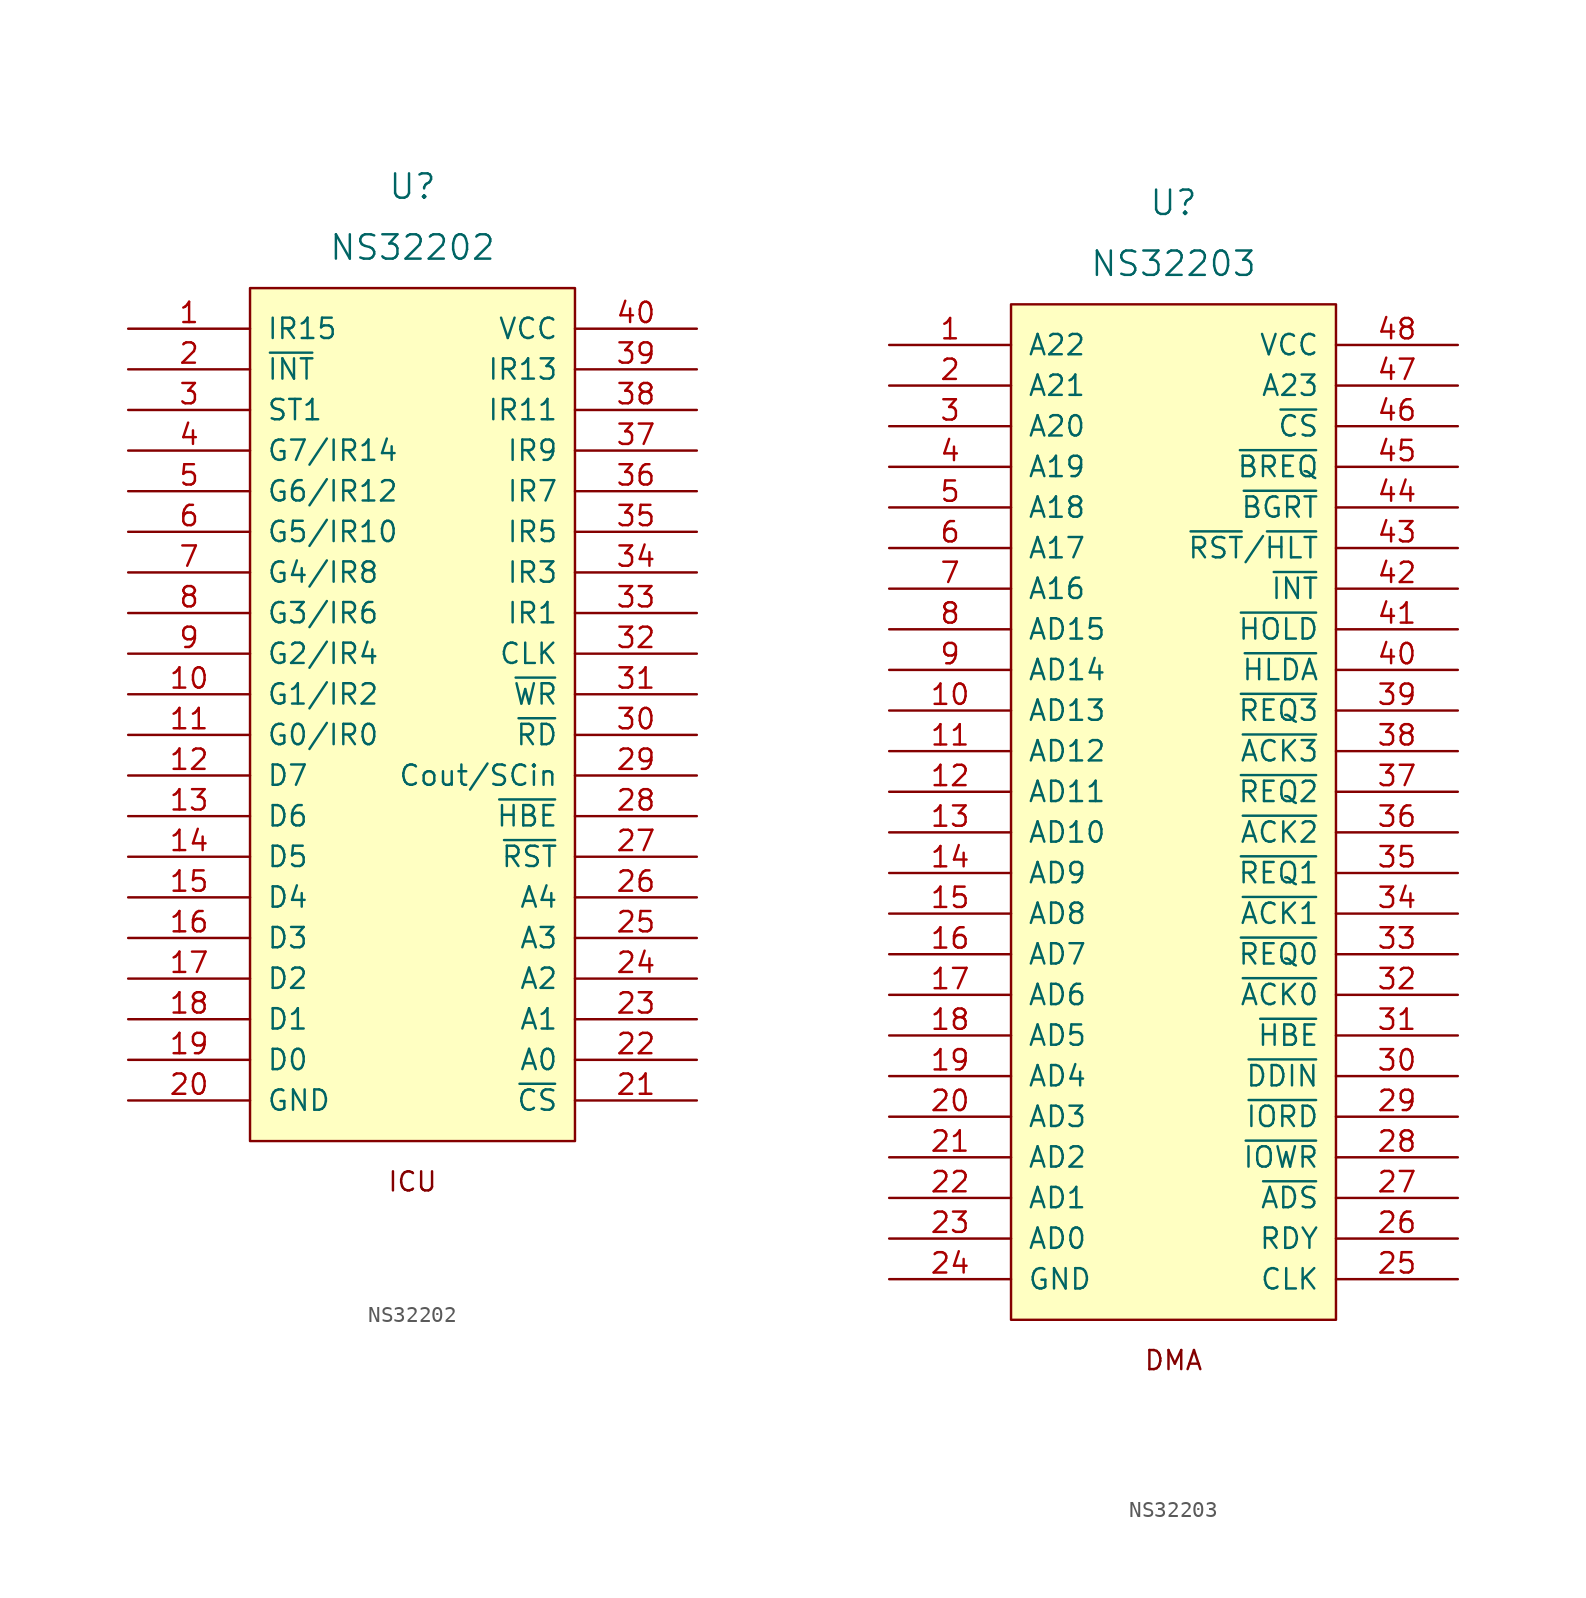
<source format=kicad_sym>
(kicad_symbol_lib
  (version 20211014)
  (generator kicad_symbol_editor)
  (symbol "NS32202"
    (pin_names
      (offset 1.016))
    (property "Reference" "U"
      (at 0 38.1 0)
      (effects (font (size 1.524 1.524))))
    (property "Value" "NS32202"
      (at 0 34.29 0)
      (effects (font (size 1.524 1.524))))
    (property "Footprint" ""
      (at 0 -16.51 0)
      (effects (font (size 1.524 1.524))))
    (property "Datasheet" ""
      (at 0 -16.51 0)
      (effects (font (size 1.524 1.524))))
    (symbol "NS32202_0_0"
      (text "ICU" (at 0 -24.13 0) (effects (font (size 1.194 1.194)))))
    (symbol "NS32202_0_1"
      (rectangle (start -10.16 31.75) (end 10.16 -21.59) (stroke (width 0) (type default) (color 0 0 0 0)) (fill (type background))))
    (symbol "NS32202_1_1"
      (pin input line (at -17.78 29.21 0) (length 7.62) (name "IR15" (effects (font (size 1.27 1.27)))) (number "1" (effects (font (size 1.27 1.27)))))
      (pin bidirectional line (at -17.78 6.35 0) (length 7.62) (name "G1/IR2" (effects (font (size 1.27 1.27)))) (number "10" (effects (font (size 1.27 1.27)))))
      (pin bidirectional line (at -17.78 3.81 0) (length 7.62) (name "G0/IR0" (effects (font (size 1.27 1.27)))) (number "11" (effects (font (size 1.27 1.27)))))
      (pin bidirectional line (at -17.78 1.27 0) (length 7.62) (name "D7" (effects (font (size 1.27 1.27)))) (number "12" (effects (font (size 1.27 1.27)))))
      (pin bidirectional line (at -17.78 -1.27 0) (length 7.62) (name "D6" (effects (font (size 1.27 1.27)))) (number "13" (effects (font (size 1.27 1.27)))))
      (pin bidirectional line (at -17.78 -3.81 0) (length 7.62) (name "D5" (effects (font (size 1.27 1.27)))) (number "14" (effects (font (size 1.27 1.27)))))
      (pin bidirectional line (at -17.78 -6.35 0) (length 7.62) (name "D4" (effects (font (size 1.27 1.27)))) (number "15" (effects (font (size 1.27 1.27)))))
      (pin bidirectional line (at -17.78 -8.89 0) (length 7.62) (name "D3" (effects (font (size 1.27 1.27)))) (number "16" (effects (font (size 1.27 1.27)))))
      (pin bidirectional line (at -17.78 -11.43 0) (length 7.62) (name "D2" (effects (font (size 1.27 1.27)))) (number "17" (effects (font (size 1.27 1.27)))))
      (pin bidirectional line (at -17.78 -13.97 0) (length 7.62) (name "D1" (effects (font (size 1.27 1.27)))) (number "18" (effects (font (size 1.27 1.27)))))
      (pin bidirectional line (at -17.78 -16.51 0) (length 7.62) (name "D0" (effects (font (size 1.27 1.27)))) (number "19" (effects (font (size 1.27 1.27)))))
      (pin output line (at -17.78 26.67 0) (length 7.62) (name "~{INT}" (effects (font (size 1.27 1.27)))) (number "2" (effects (font (size 1.27 1.27)))))
      (pin power_in line (at -17.78 -19.05 0) (length 7.62) (name "GND" (effects (font (size 1.27 1.27)))) (number "20" (effects (font (size 1.27 1.27)))))
      (pin input line (at 17.78 -19.05 180) (length 7.62) (name "~{CS}" (effects (font (size 1.27 1.27)))) (number "21" (effects (font (size 1.27 1.27)))))
      (pin input line (at 17.78 -16.51 180) (length 7.62) (name "A0" (effects (font (size 1.27 1.27)))) (number "22" (effects (font (size 1.27 1.27)))))
      (pin input line (at 17.78 -13.97 180) (length 7.62) (name "A1" (effects (font (size 1.27 1.27)))) (number "23" (effects (font (size 1.27 1.27)))))
      (pin input line (at 17.78 -11.43 180) (length 7.62) (name "A2" (effects (font (size 1.27 1.27)))) (number "24" (effects (font (size 1.27 1.27)))))
      (pin input line (at 17.78 -8.89 180) (length 7.62) (name "A3" (effects (font (size 1.27 1.27)))) (number "25" (effects (font (size 1.27 1.27)))))
      (pin input line (at 17.78 -6.35 180) (length 7.62) (name "A4" (effects (font (size 1.27 1.27)))) (number "26" (effects (font (size 1.27 1.27)))))
      (pin input line (at 17.78 -3.81 180) (length 7.62) (name "~{RST}" (effects (font (size 1.27 1.27)))) (number "27" (effects (font (size 1.27 1.27)))))
      (pin input line (at 17.78 -1.27 180) (length 7.62) (name "~{HBE}" (effects (font (size 1.27 1.27)))) (number "28" (effects (font (size 1.27 1.27)))))
      (pin bidirectional line (at 17.78 1.27 180) (length 7.62) (name "Cout/SCin" (effects (font (size 1.27 1.27)))) (number "29" (effects (font (size 1.27 1.27)))))
      (pin input line (at -17.78 24.13 0) (length 7.62) (name "ST1" (effects (font (size 1.27 1.27)))) (number "3" (effects (font (size 1.27 1.27)))))
      (pin input line (at 17.78 3.81 180) (length 7.62) (name "~{RD}" (effects (font (size 1.27 1.27)))) (number "30" (effects (font (size 1.27 1.27)))))
      (pin input line (at 17.78 6.35 180) (length 7.62) (name "~{WR}" (effects (font (size 1.27 1.27)))) (number "31" (effects (font (size 1.27 1.27)))))
      (pin input line (at 17.78 8.89 180) (length 7.62) (name "CLK" (effects (font (size 1.27 1.27)))) (number "32" (effects (font (size 1.27 1.27)))))
      (pin input line (at 17.78 11.43 180) (length 7.62) (name "IR1" (effects (font (size 1.27 1.27)))) (number "33" (effects (font (size 1.27 1.27)))))
      (pin input line (at 17.78 13.97 180) (length 7.62) (name "IR3" (effects (font (size 1.27 1.27)))) (number "34" (effects (font (size 1.27 1.27)))))
      (pin input line (at 17.78 16.51 180) (length 7.62) (name "IR5" (effects (font (size 1.27 1.27)))) (number "35" (effects (font (size 1.27 1.27)))))
      (pin input line (at 17.78 19.05 180) (length 7.62) (name "IR7" (effects (font (size 1.27 1.27)))) (number "36" (effects (font (size 1.27 1.27)))))
      (pin input line (at 17.78 21.59 180) (length 7.62) (name "IR9" (effects (font (size 1.27 1.27)))) (number "37" (effects (font (size 1.27 1.27)))))
      (pin bidirectional line (at 17.78 24.13 180) (length 7.62) (name "IR11" (effects (font (size 1.27 1.27)))) (number "38" (effects (font (size 1.27 1.27)))))
      (pin input line (at 17.78 26.67 180) (length 7.62) (name "IR13" (effects (font (size 1.27 1.27)))) (number "39" (effects (font (size 1.27 1.27)))))
      (pin bidirectional line (at -17.78 21.59 0) (length 7.62) (name "G7/IR14" (effects (font (size 1.27 1.27)))) (number "4" (effects (font (size 1.27 1.27)))))
      (pin power_in line (at 17.78 29.21 180) (length 7.62) (name "VCC" (effects (font (size 1.27 1.27)))) (number "40" (effects (font (size 1.27 1.27)))))
      (pin bidirectional line (at -17.78 19.05 0) (length 7.62) (name "G6/IR12" (effects (font (size 1.27 1.27)))) (number "5" (effects (font (size 1.27 1.27)))))
      (pin bidirectional line (at -17.78 16.51 0) (length 7.62) (name "G5/IR10" (effects (font (size 1.27 1.27)))) (number "6" (effects (font (size 1.27 1.27)))))
      (pin bidirectional line (at -17.78 13.97 0) (length 7.62) (name "G4/IR8" (effects (font (size 1.27 1.27)))) (number "7" (effects (font (size 1.27 1.27)))))
      (pin bidirectional line (at -17.78 11.43 0) (length 7.62) (name "G3/IR6" (effects (font (size 1.27 1.27)))) (number "8" (effects (font (size 1.27 1.27)))))
      (pin bidirectional line (at -17.78 8.89 0) (length 7.62) (name "G2/IR4" (effects (font (size 1.27 1.27)))) (number "9" (effects (font (size 1.27 1.27)))))))
  (symbol "NS32203"
    (pin_names
      (offset 1.016))
    (property "Reference" "U"
      (at 0 38.1 0)
      (effects (font (size 1.524 1.524))))
    (property "Value" "NS32203"
      (at 0 34.29 0)
      (effects (font (size 1.524 1.524))))
    (property "Footprint" ""
      (at 0 -16.51 0)
      (effects (font (size 1.524 1.524))))
    (property "Datasheet" ""
      (at 0 -16.51 0)
      (effects (font (size 1.524 1.524))))
    (symbol "NS32203_0_0"
      (text "DMA" (at 0 -34.29 0) (effects (font (size 1.194 1.194)))))
    (symbol "NS32203_0_1"
      (rectangle (start -10.16 31.75) (end 10.16 -31.75) (stroke (width 0) (type default) (color 0 0 0 0)) (fill (type background))))
    (symbol "NS32203_1_1"
      (pin output line (at -17.78 29.21 0) (length 7.62) (name "A22" (effects (font (size 1.27 1.27)))) (number "1" (effects (font (size 1.27 1.27)))))
      (pin bidirectional line (at -17.78 6.35 0) (length 7.62) (name "AD13" (effects (font (size 1.27 1.27)))) (number "10" (effects (font (size 1.27 1.27)))))
      (pin bidirectional line (at -17.78 3.81 0) (length 7.62) (name "AD12" (effects (font (size 1.27 1.27)))) (number "11" (effects (font (size 1.27 1.27)))))
      (pin bidirectional line (at -17.78 1.27 0) (length 7.62) (name "AD11" (effects (font (size 1.27 1.27)))) (number "12" (effects (font (size 1.27 1.27)))))
      (pin bidirectional line (at -17.78 -1.27 0) (length 7.62) (name "AD10" (effects (font (size 1.27 1.27)))) (number "13" (effects (font (size 1.27 1.27)))))
      (pin bidirectional line (at -17.78 -3.81 0) (length 7.62) (name "AD9" (effects (font (size 1.27 1.27)))) (number "14" (effects (font (size 1.27 1.27)))))
      (pin bidirectional line (at -17.78 -6.35 0) (length 7.62) (name "AD8" (effects (font (size 1.27 1.27)))) (number "15" (effects (font (size 1.27 1.27)))))
      (pin bidirectional line (at -17.78 -8.89 0) (length 7.62) (name "AD7" (effects (font (size 1.27 1.27)))) (number "16" (effects (font (size 1.27 1.27)))))
      (pin bidirectional line (at -17.78 -11.43 0) (length 7.62) (name "AD6" (effects (font (size 1.27 1.27)))) (number "17" (effects (font (size 1.27 1.27)))))
      (pin bidirectional line (at -17.78 -13.97 0) (length 7.62) (name "AD5" (effects (font (size 1.27 1.27)))) (number "18" (effects (font (size 1.27 1.27)))))
      (pin bidirectional line (at -17.78 -16.51 0) (length 7.62) (name "AD4" (effects (font (size 1.27 1.27)))) (number "19" (effects (font (size 1.27 1.27)))))
      (pin output line (at -17.78 26.67 0) (length 7.62) (name "A21" (effects (font (size 1.27 1.27)))) (number "2" (effects (font (size 1.27 1.27)))))
      (pin bidirectional line (at -17.78 -19.05 0) (length 7.62) (name "AD3" (effects (font (size 1.27 1.27)))) (number "20" (effects (font (size 1.27 1.27)))))
      (pin bidirectional line (at -17.78 -21.59 0) (length 7.62) (name "AD2" (effects (font (size 1.27 1.27)))) (number "21" (effects (font (size 1.27 1.27)))))
      (pin bidirectional line (at -17.78 -24.13 0) (length 7.62) (name "AD1" (effects (font (size 1.27 1.27)))) (number "22" (effects (font (size 1.27 1.27)))))
      (pin bidirectional line (at -17.78 -26.67 0) (length 7.62) (name "AD0" (effects (font (size 1.27 1.27)))) (number "23" (effects (font (size 1.27 1.27)))))
      (pin power_in line (at -17.78 -29.21 0) (length 7.62) (name "GND" (effects (font (size 1.27 1.27)))) (number "24" (effects (font (size 1.27 1.27)))))
      (pin input line (at 17.78 -29.21 180) (length 7.62) (name "CLK" (effects (font (size 1.27 1.27)))) (number "25" (effects (font (size 1.27 1.27)))))
      (pin input line (at 17.78 -26.67 180) (length 7.62) (name "RDY" (effects (font (size 1.27 1.27)))) (number "26" (effects (font (size 1.27 1.27)))))
      (pin bidirectional line (at 17.78 -24.13 180) (length 7.62) (name "~{ADS}" (effects (font (size 1.27 1.27)))) (number "27" (effects (font (size 1.27 1.27)))))
      (pin output line (at 17.78 -21.59 180) (length 7.62) (name "~{IOWR}" (effects (font (size 1.27 1.27)))) (number "28" (effects (font (size 1.27 1.27)))))
      (pin output line (at 17.78 -19.05 180) (length 7.62) (name "~{IORD}" (effects (font (size 1.27 1.27)))) (number "29" (effects (font (size 1.27 1.27)))))
      (pin output line (at -17.78 24.13 0) (length 7.62) (name "A20" (effects (font (size 1.27 1.27)))) (number "3" (effects (font (size 1.27 1.27)))))
      (pin bidirectional line (at 17.78 -16.51 180) (length 7.62) (name "~{DDIN}" (effects (font (size 1.27 1.27)))) (number "30" (effects (font (size 1.27 1.27)))))
      (pin bidirectional line (at 17.78 -13.97 180) (length 7.62) (name "~{HBE}" (effects (font (size 1.27 1.27)))) (number "31" (effects (font (size 1.27 1.27)))))
      (pin output line (at 17.78 -11.43 180) (length 7.62) (name "~{ACK0}" (effects (font (size 1.27 1.27)))) (number "32" (effects (font (size 1.27 1.27)))))
      (pin input line (at 17.78 -8.89 180) (length 7.62) (name "~{REQ0}" (effects (font (size 1.27 1.27)))) (number "33" (effects (font (size 1.27 1.27)))))
      (pin output line (at 17.78 -6.35 180) (length 7.62) (name "~{ACK1}" (effects (font (size 1.27 1.27)))) (number "34" (effects (font (size 1.27 1.27)))))
      (pin input line (at 17.78 -3.81 180) (length 7.62) (name "~{REQ1}" (effects (font (size 1.27 1.27)))) (number "35" (effects (font (size 1.27 1.27)))))
      (pin output line (at 17.78 -1.27 180) (length 7.62) (name "~{ACK2}" (effects (font (size 1.27 1.27)))) (number "36" (effects (font (size 1.27 1.27)))))
      (pin input line (at 17.78 1.27 180) (length 7.62) (name "~{REQ2}" (effects (font (size 1.27 1.27)))) (number "37" (effects (font (size 1.27 1.27)))))
      (pin output line (at 17.78 3.81 180) (length 7.62) (name "~{ACK3}" (effects (font (size 1.27 1.27)))) (number "38" (effects (font (size 1.27 1.27)))))
      (pin input line (at 17.78 6.35 180) (length 7.62) (name "~{REQ3}" (effects (font (size 1.27 1.27)))) (number "39" (effects (font (size 1.27 1.27)))))
      (pin output line (at -17.78 21.59 0) (length 7.62) (name "A19" (effects (font (size 1.27 1.27)))) (number "4" (effects (font (size 1.27 1.27)))))
      (pin input line (at 17.78 8.89 180) (length 7.62) (name "~{HLDA}" (effects (font (size 1.27 1.27)))) (number "40" (effects (font (size 1.27 1.27)))))
      (pin output line (at 17.78 11.43 180) (length 7.62) (name "~{HOLD}" (effects (font (size 1.27 1.27)))) (number "41" (effects (font (size 1.27 1.27)))))
      (pin output line (at 17.78 13.97 180) (length 7.62) (name "~{INT}" (effects (font (size 1.27 1.27)))) (number "42" (effects (font (size 1.27 1.27)))))
      (pin input line (at 17.78 16.51 180) (length 7.62) (name "~{RST}/~{HLT}" (effects (font (size 1.27 1.27)))) (number "43" (effects (font (size 1.27 1.27)))))
      (pin output line (at 17.78 19.05 180) (length 7.62) (name "~{BGRT}" (effects (font (size 1.27 1.27)))) (number "44" (effects (font (size 1.27 1.27)))))
      (pin input line (at 17.78 21.59 180) (length 7.62) (name "~{BREQ}" (effects (font (size 1.27 1.27)))) (number "45" (effects (font (size 1.27 1.27)))))
      (pin input line (at 17.78 24.13 180) (length 7.62) (name "~{CS}" (effects (font (size 1.27 1.27)))) (number "46" (effects (font (size 1.27 1.27)))))
      (pin output line (at 17.78 26.67 180) (length 7.62) (name "A23" (effects (font (size 1.27 1.27)))) (number "47" (effects (font (size 1.27 1.27)))))
      (pin power_in line (at 17.78 29.21 180) (length 7.62) (name "VCC" (effects (font (size 1.27 1.27)))) (number "48" (effects (font (size 1.27 1.27)))))
      (pin output line (at -17.78 19.05 0) (length 7.62) (name "A18" (effects (font (size 1.27 1.27)))) (number "5" (effects (font (size 1.27 1.27)))))
      (pin output line (at -17.78 16.51 0) (length 7.62) (name "A17" (effects (font (size 1.27 1.27)))) (number "6" (effects (font (size 1.27 1.27)))))
      (pin output line (at -17.78 13.97 0) (length 7.62) (name "A16" (effects (font (size 1.27 1.27)))) (number "7" (effects (font (size 1.27 1.27)))))
      (pin bidirectional line (at -17.78 11.43 0) (length 7.62) (name "AD15" (effects (font (size 1.27 1.27)))) (number "8" (effects (font (size 1.27 1.27)))))
      (pin bidirectional line (at -17.78 8.89 0) (length 7.62) (name "AD14" (effects (font (size 1.27 1.27)))) (number "9" (effects (font (size 1.27 1.27))))))))
</source>
